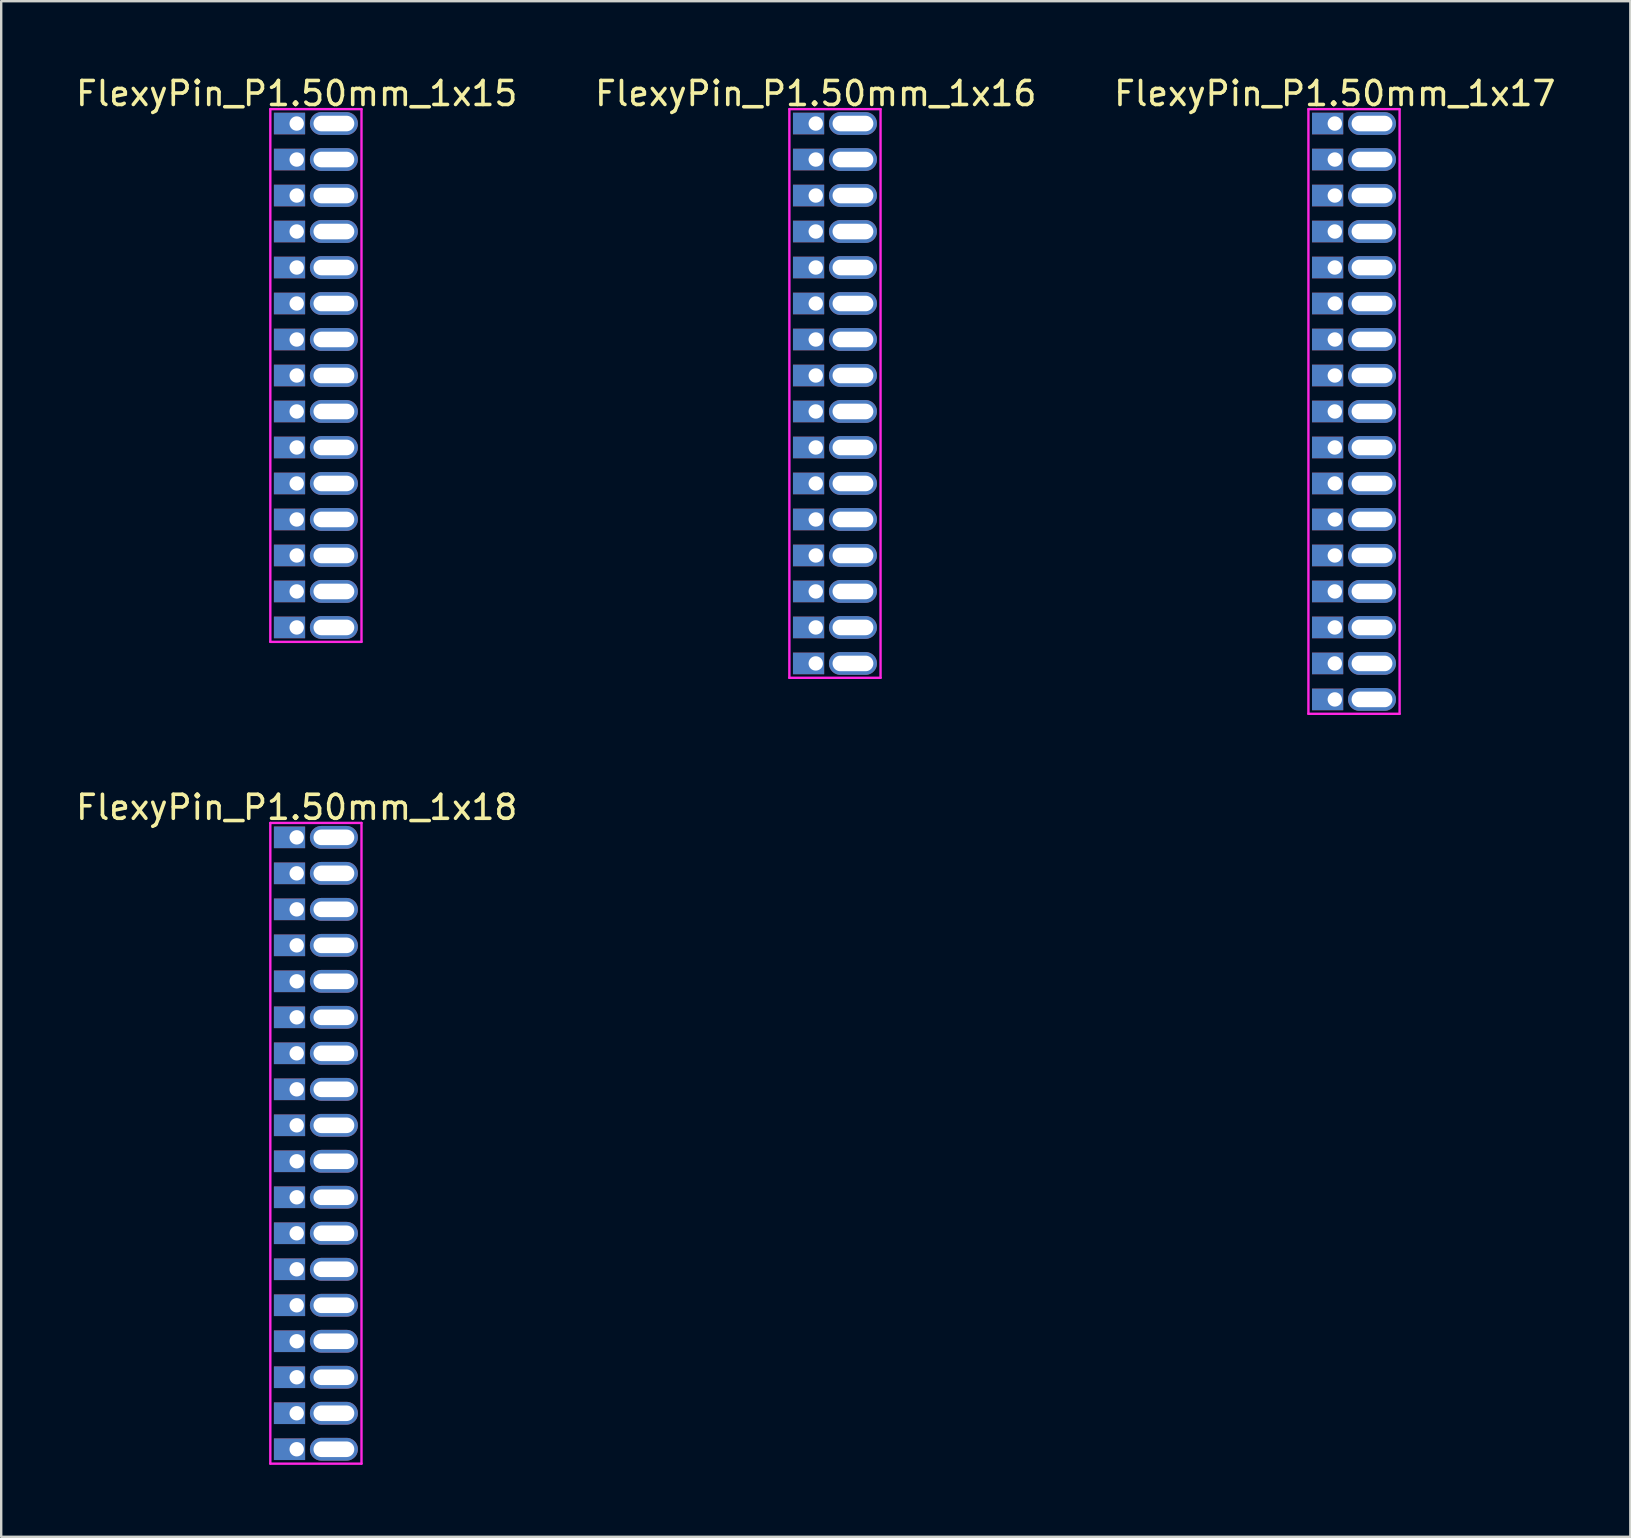
<source format=kicad_pcb>
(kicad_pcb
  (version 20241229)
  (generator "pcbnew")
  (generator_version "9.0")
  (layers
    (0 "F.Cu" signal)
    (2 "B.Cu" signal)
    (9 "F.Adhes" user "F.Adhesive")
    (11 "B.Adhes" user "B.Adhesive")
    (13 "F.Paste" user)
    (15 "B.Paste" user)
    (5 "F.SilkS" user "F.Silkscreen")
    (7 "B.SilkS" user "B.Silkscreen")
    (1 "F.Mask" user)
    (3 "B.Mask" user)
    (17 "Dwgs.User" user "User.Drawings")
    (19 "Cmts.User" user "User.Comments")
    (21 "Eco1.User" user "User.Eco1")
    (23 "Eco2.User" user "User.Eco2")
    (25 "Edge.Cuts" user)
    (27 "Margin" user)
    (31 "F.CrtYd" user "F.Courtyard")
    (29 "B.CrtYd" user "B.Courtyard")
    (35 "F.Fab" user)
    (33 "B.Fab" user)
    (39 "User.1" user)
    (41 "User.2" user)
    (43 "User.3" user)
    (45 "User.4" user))
  (footprint "FlexyPin_P1.50mm_1x17"
    (layer "F.Cu")
    (at 52.577 2.098)
    (property "Reference" "FlexyPin_P1.50mm_1x17" (at 0 -1.25 0) (layer "F.SilkS") (effects (font (size 1 1) (thickness 0.15))))
    (attr through_hole)
    (fp_line (start -1.1 -0.6) (end 2.7 -0.6) (stroke (width 0.1) (type solid)) (layer "F.CrtYd"))
    (fp_line (start -1.1 24.6) (end -1.1 -0.6) (stroke (width 0.1) (type solid)) (layer "F.CrtYd"))
    (fp_line (start 2.7 -0.6) (end 2.7 24.6) (stroke (width 0.1) (type solid)) (layer "F.CrtYd"))
    (fp_line (start 2.7 24.6) (end -1.1 24.6) (stroke (width 0.1) (type solid)) (layer "F.CrtYd"))
    (pad "" thru_hole oval (at 1.55 0) (size 2 0.95) (drill oval 1.7 0.65) (layers "*.Cu" "*.Mask"))
    (pad "" thru_hole oval (at 1.55 1.5) (size 2 0.95) (drill oval 1.7 0.65) (layers "*.Cu" "*.Mask"))
    (pad "" thru_hole oval (at 1.55 3) (size 2 0.95) (drill oval 1.7 0.65) (layers "*.Cu" "*.Mask"))
    (pad "" thru_hole oval (at 1.55 4.5) (size 2 0.95) (drill oval 1.7 0.65) (layers "*.Cu" "*.Mask"))
    (pad "" thru_hole oval (at 1.55 6) (size 2 0.95) (drill oval 1.7 0.65) (layers "*.Cu" "*.Mask"))
    (pad "" thru_hole oval (at 1.55 7.5) (size 2 0.95) (drill oval 1.7 0.65) (layers "*.Cu" "*.Mask"))
    (pad "" thru_hole oval (at 1.55 9) (size 2 0.95) (drill oval 1.7 0.65) (layers "*.Cu" "*.Mask"))
    (pad "" thru_hole oval (at 1.55 10.5) (size 2 0.95) (drill oval 1.7 0.65) (layers "*.Cu" "*.Mask"))
    (pad "" thru_hole oval (at 1.55 12) (size 2 0.95) (drill oval 1.7 0.65) (layers "*.Cu" "*.Mask"))
    (pad "" thru_hole oval (at 1.55 13.5) (size 2 0.95) (drill oval 1.7 0.65) (layers "*.Cu" "*.Mask"))
    (pad "" thru_hole oval (at 1.55 15) (size 2 0.95) (drill oval 1.7 0.65) (layers "*.Cu" "*.Mask"))
    (pad "" thru_hole oval (at 1.55 16.5) (size 2 0.95) (drill oval 1.7 0.65) (layers "*.Cu" "*.Mask"))
    (pad "" thru_hole oval (at 1.55 18) (size 2 0.95) (drill oval 1.7 0.65) (layers "*.Cu" "*.Mask"))
    (pad "" thru_hole oval (at 1.55 19.5) (size 2 0.95) (drill oval 1.7 0.65) (layers "*.Cu" "*.Mask"))
    (pad "" thru_hole oval (at 1.55 21) (size 2 0.95) (drill oval 1.7 0.65) (layers "*.Cu" "*.Mask"))
    (pad "" thru_hole oval (at 1.55 22.5) (size 2 0.95) (drill oval 1.7 0.65) (layers "*.Cu" "*.Mask"))
    (pad "" thru_hole oval (at 1.55 24) (size 2 0.95) (drill oval 1.7 0.65) (layers "*.Cu" "*.Mask"))
    (pad "1" thru_hole rect (at 0 0) (size 1.3 0.9) (drill 0.6 (offset -0.3 0)) (layers "*.Cu" "*.Mask"))
    (pad "2" thru_hole rect (at 0 1.5) (size 1.3 0.9) (drill 0.6 (offset -0.3 0)) (layers "*.Cu" "*.Mask"))
    (pad "3" thru_hole rect (at 0 3) (size 1.3 0.9) (drill 0.6 (offset -0.3 0)) (layers "*.Cu" "*.Mask"))
    (pad "4" thru_hole rect (at 0 4.5) (size 1.3 0.9) (drill 0.6 (offset -0.3 0)) (layers "*.Cu" "*.Mask"))
    (pad "5" thru_hole rect (at 0 6) (size 1.3 0.9) (drill 0.6 (offset -0.3 0)) (layers "*.Cu" "*.Mask"))
    (pad "6" thru_hole rect (at 0 7.5) (size 1.3 0.9) (drill 0.6 (offset -0.3 0)) (layers "*.Cu" "*.Mask"))
    (pad "7" thru_hole rect (at 0 9) (size 1.3 0.9) (drill 0.6 (offset -0.3 0)) (layers "*.Cu" "*.Mask"))
    (pad "8" thru_hole rect (at 0 10.5) (size 1.3 0.9) (drill 0.6 (offset -0.3 0)) (layers "*.Cu" "*.Mask"))
    (pad "9" thru_hole rect (at 0 12) (size 1.3 0.9) (drill 0.6 (offset -0.3 0)) (layers "*.Cu" "*.Mask"))
    (pad "10" thru_hole rect (at 0 13.5) (size 1.3 0.9) (drill 0.6 (offset -0.3 0)) (layers "*.Cu" "*.Mask"))
    (pad "11" thru_hole rect (at 0 15) (size 1.3 0.9) (drill 0.6 (offset -0.3 0)) (layers "*.Cu" "*.Mask"))
    (pad "12" thru_hole rect (at 0 16.5) (size 1.3 0.9) (drill 0.6 (offset -0.3 0)) (layers "*.Cu" "*.Mask"))
    (pad "13" thru_hole rect (at 0 18) (size 1.3 0.9) (drill 0.6 (offset -0.3 0)) (layers "*.Cu" "*.Mask"))
    (pad "14" thru_hole rect (at 0 19.5) (size 1.3 0.9) (drill 0.6 (offset -0.3 0)) (layers "*.Cu" "*.Mask"))
    (pad "15" thru_hole rect (at 0 21) (size 1.3 0.9) (drill 0.6 (offset -0.3 0)) (layers "*.Cu" "*.Mask"))
    (pad "16" thru_hole rect (at 0 22.5) (size 1.3 0.9) (drill 0.6 (offset -0.3 0)) (layers "*.Cu" "*.Mask"))
    (pad "17" thru_hole rect (at 0 24) (size 1.3 0.9) (drill 0.6 (offset -0.3 0)) (layers "*.Cu" "*.Mask")))
  (footprint "FlexyPin_P1.50mm_1x16"
    (layer "F.Cu")
    (at 30.946 2.098)
    (property "Reference" "FlexyPin_P1.50mm_1x16" (at 0 -1.25 0) (layer "F.SilkS") (effects (font (size 1 1) (thickness 0.15))))
    (attr through_hole)
    (fp_line (start -1.1 -0.6) (end 2.7 -0.6) (stroke (width 0.1) (type solid)) (layer "F.CrtYd"))
    (fp_line (start -1.1 23.1) (end -1.1 -0.6) (stroke (width 0.1) (type solid)) (layer "F.CrtYd"))
    (fp_line (start 2.7 -0.6) (end 2.7 23.1) (stroke (width 0.1) (type solid)) (layer "F.CrtYd"))
    (fp_line (start 2.7 23.1) (end -1.1 23.1) (stroke (width 0.1) (type solid)) (layer "F.CrtYd"))
    (pad "" thru_hole oval (at 1.55 0) (size 2 0.95) (drill oval 1.7 0.65) (layers "*.Cu" "*.Mask"))
    (pad "" thru_hole oval (at 1.55 1.5) (size 2 0.95) (drill oval 1.7 0.65) (layers "*.Cu" "*.Mask"))
    (pad "" thru_hole oval (at 1.55 3) (size 2 0.95) (drill oval 1.7 0.65) (layers "*.Cu" "*.Mask"))
    (pad "" thru_hole oval (at 1.55 4.5) (size 2 0.95) (drill oval 1.7 0.65) (layers "*.Cu" "*.Mask"))
    (pad "" thru_hole oval (at 1.55 6) (size 2 0.95) (drill oval 1.7 0.65) (layers "*.Cu" "*.Mask"))
    (pad "" thru_hole oval (at 1.55 7.5) (size 2 0.95) (drill oval 1.7 0.65) (layers "*.Cu" "*.Mask"))
    (pad "" thru_hole oval (at 1.55 9) (size 2 0.95) (drill oval 1.7 0.65) (layers "*.Cu" "*.Mask"))
    (pad "" thru_hole oval (at 1.55 10.5) (size 2 0.95) (drill oval 1.7 0.65) (layers "*.Cu" "*.Mask"))
    (pad "" thru_hole oval (at 1.55 12) (size 2 0.95) (drill oval 1.7 0.65) (layers "*.Cu" "*.Mask"))
    (pad "" thru_hole oval (at 1.55 13.5) (size 2 0.95) (drill oval 1.7 0.65) (layers "*.Cu" "*.Mask"))
    (pad "" thru_hole oval (at 1.55 15) (size 2 0.95) (drill oval 1.7 0.65) (layers "*.Cu" "*.Mask"))
    (pad "" thru_hole oval (at 1.55 16.5) (size 2 0.95) (drill oval 1.7 0.65) (layers "*.Cu" "*.Mask"))
    (pad "" thru_hole oval (at 1.55 18) (size 2 0.95) (drill oval 1.7 0.65) (layers "*.Cu" "*.Mask"))
    (pad "" thru_hole oval (at 1.55 19.5) (size 2 0.95) (drill oval 1.7 0.65) (layers "*.Cu" "*.Mask"))
    (pad "" thru_hole oval (at 1.55 21) (size 2 0.95) (drill oval 1.7 0.65) (layers "*.Cu" "*.Mask"))
    (pad "" thru_hole oval (at 1.55 22.5) (size 2 0.95) (drill oval 1.7 0.65) (layers "*.Cu" "*.Mask"))
    (pad "1" thru_hole rect (at 0 0) (size 1.3 0.9) (drill 0.6 (offset -0.3 0)) (layers "*.Cu" "*.Mask"))
    (pad "2" thru_hole rect (at 0 1.5) (size 1.3 0.9) (drill 0.6 (offset -0.3 0)) (layers "*.Cu" "*.Mask"))
    (pad "3" thru_hole rect (at 0 3) (size 1.3 0.9) (drill 0.6 (offset -0.3 0)) (layers "*.Cu" "*.Mask"))
    (pad "4" thru_hole rect (at 0 4.5) (size 1.3 0.9) (drill 0.6 (offset -0.3 0)) (layers "*.Cu" "*.Mask"))
    (pad "5" thru_hole rect (at 0 6) (size 1.3 0.9) (drill 0.6 (offset -0.3 0)) (layers "*.Cu" "*.Mask"))
    (pad "6" thru_hole rect (at 0 7.5) (size 1.3 0.9) (drill 0.6 (offset -0.3 0)) (layers "*.Cu" "*.Mask"))
    (pad "7" thru_hole rect (at 0 9) (size 1.3 0.9) (drill 0.6 (offset -0.3 0)) (layers "*.Cu" "*.Mask"))
    (pad "8" thru_hole rect (at 0 10.5) (size 1.3 0.9) (drill 0.6 (offset -0.3 0)) (layers "*.Cu" "*.Mask"))
    (pad "9" thru_hole rect (at 0 12) (size 1.3 0.9) (drill 0.6 (offset -0.3 0)) (layers "*.Cu" "*.Mask"))
    (pad "10" thru_hole rect (at 0 13.5) (size 1.3 0.9) (drill 0.6 (offset -0.3 0)) (layers "*.Cu" "*.Mask"))
    (pad "11" thru_hole rect (at 0 15) (size 1.3 0.9) (drill 0.6 (offset -0.3 0)) (layers "*.Cu" "*.Mask"))
    (pad "12" thru_hole rect (at 0 16.5) (size 1.3 0.9) (drill 0.6 (offset -0.3 0)) (layers "*.Cu" "*.Mask"))
    (pad "13" thru_hole rect (at 0 18) (size 1.3 0.9) (drill 0.6 (offset -0.3 0)) (layers "*.Cu" "*.Mask"))
    (pad "14" thru_hole rect (at 0 19.5) (size 1.3 0.9) (drill 0.6 (offset -0.3 0)) (layers "*.Cu" "*.Mask"))
    (pad "15" thru_hole rect (at 0 21) (size 1.3 0.9) (drill 0.6 (offset -0.3 0)) (layers "*.Cu" "*.Mask"))
    (pad "16" thru_hole rect (at 0 22.5) (size 1.3 0.9) (drill 0.6 (offset -0.3 0)) (layers "*.Cu" "*.Mask")))
  (footprint "FlexyPin_P1.50mm_1x15"
    (layer "F.Cu")
    (at 9.315 2.098)
    (property "Reference" "FlexyPin_P1.50mm_1x15" (at 0 -1.25 0) (layer "F.SilkS") (effects (font (size 1 1) (thickness 0.15))))
    (attr through_hole)
    (fp_line (start -1.1 -0.6) (end 2.7 -0.6) (stroke (width 0.1) (type solid)) (layer "F.CrtYd"))
    (fp_line (start -1.1 21.6) (end -1.1 -0.6) (stroke (width 0.1) (type solid)) (layer "F.CrtYd"))
    (fp_line (start 2.7 -0.6) (end 2.7 21.6) (stroke (width 0.1) (type solid)) (layer "F.CrtYd"))
    (fp_line (start 2.7 21.6) (end -1.1 21.6) (stroke (width 0.1) (type solid)) (layer "F.CrtYd"))
    (pad "" thru_hole oval (at 1.55 0) (size 2 0.95) (drill oval 1.7 0.65) (layers "*.Cu" "*.Mask"))
    (pad "" thru_hole oval (at 1.55 1.5) (size 2 0.95) (drill oval 1.7 0.65) (layers "*.Cu" "*.Mask"))
    (pad "" thru_hole oval (at 1.55 3) (size 2 0.95) (drill oval 1.7 0.65) (layers "*.Cu" "*.Mask"))
    (pad "" thru_hole oval (at 1.55 4.5) (size 2 0.95) (drill oval 1.7 0.65) (layers "*.Cu" "*.Mask"))
    (pad "" thru_hole oval (at 1.55 6) (size 2 0.95) (drill oval 1.7 0.65) (layers "*.Cu" "*.Mask"))
    (pad "" thru_hole oval (at 1.55 7.5) (size 2 0.95) (drill oval 1.7 0.65) (layers "*.Cu" "*.Mask"))
    (pad "" thru_hole oval (at 1.55 9) (size 2 0.95) (drill oval 1.7 0.65) (layers "*.Cu" "*.Mask"))
    (pad "" thru_hole oval (at 1.55 10.5) (size 2 0.95) (drill oval 1.7 0.65) (layers "*.Cu" "*.Mask"))
    (pad "" thru_hole oval (at 1.55 12) (size 2 0.95) (drill oval 1.7 0.65) (layers "*.Cu" "*.Mask"))
    (pad "" thru_hole oval (at 1.55 13.5) (size 2 0.95) (drill oval 1.7 0.65) (layers "*.Cu" "*.Mask"))
    (pad "" thru_hole oval (at 1.55 15) (size 2 0.95) (drill oval 1.7 0.65) (layers "*.Cu" "*.Mask"))
    (pad "" thru_hole oval (at 1.55 16.5) (size 2 0.95) (drill oval 1.7 0.65) (layers "*.Cu" "*.Mask"))
    (pad "" thru_hole oval (at 1.55 18) (size 2 0.95) (drill oval 1.7 0.65) (layers "*.Cu" "*.Mask"))
    (pad "" thru_hole oval (at 1.55 19.5) (size 2 0.95) (drill oval 1.7 0.65) (layers "*.Cu" "*.Mask"))
    (pad "" thru_hole oval (at 1.55 21) (size 2 0.95) (drill oval 1.7 0.65) (layers "*.Cu" "*.Mask"))
    (pad "1" thru_hole rect (at 0 0) (size 1.3 0.9) (drill 0.6 (offset -0.3 0)) (layers "*.Cu" "*.Mask"))
    (pad "2" thru_hole rect (at 0 1.5) (size 1.3 0.9) (drill 0.6 (offset -0.3 0)) (layers "*.Cu" "*.Mask"))
    (pad "3" thru_hole rect (at 0 3) (size 1.3 0.9) (drill 0.6 (offset -0.3 0)) (layers "*.Cu" "*.Mask"))
    (pad "4" thru_hole rect (at 0 4.5) (size 1.3 0.9) (drill 0.6 (offset -0.3 0)) (layers "*.Cu" "*.Mask"))
    (pad "5" thru_hole rect (at 0 6) (size 1.3 0.9) (drill 0.6 (offset -0.3 0)) (layers "*.Cu" "*.Mask"))
    (pad "6" thru_hole rect (at 0 7.5) (size 1.3 0.9) (drill 0.6 (offset -0.3 0)) (layers "*.Cu" "*.Mask"))
    (pad "7" thru_hole rect (at 0 9) (size 1.3 0.9) (drill 0.6 (offset -0.3 0)) (layers "*.Cu" "*.Mask"))
    (pad "8" thru_hole rect (at 0 10.5) (size 1.3 0.9) (drill 0.6 (offset -0.3 0)) (layers "*.Cu" "*.Mask"))
    (pad "9" thru_hole rect (at 0 12) (size 1.3 0.9) (drill 0.6 (offset -0.3 0)) (layers "*.Cu" "*.Mask"))
    (pad "10" thru_hole rect (at 0 13.5) (size 1.3 0.9) (drill 0.6 (offset -0.3 0)) (layers "*.Cu" "*.Mask"))
    (pad "11" thru_hole rect (at 0 15) (size 1.3 0.9) (drill 0.6 (offset -0.3 0)) (layers "*.Cu" "*.Mask"))
    (pad "12" thru_hole rect (at 0 16.5) (size 1.3 0.9) (drill 0.6 (offset -0.3 0)) (layers "*.Cu" "*.Mask"))
    (pad "13" thru_hole rect (at 0 18) (size 1.3 0.9) (drill 0.6 (offset -0.3 0)) (layers "*.Cu" "*.Mask"))
    (pad "14" thru_hole rect (at 0 19.5) (size 1.3 0.9) (drill 0.6 (offset -0.3 0)) (layers "*.Cu" "*.Mask"))
    (pad "15" thru_hole rect (at 0 21) (size 1.3 0.9) (drill 0.6 (offset -0.3 0)) (layers "*.Cu" "*.Mask")))
  (footprint "FlexyPin_P1.50mm_1x18"
    (layer "F.Cu")
    (at 9.315 31.846)
    (property "Reference" "FlexyPin_P1.50mm_1x18" (at 0 -1.25 0) (layer "F.SilkS") (effects (font (size 1 1) (thickness 0.15))))
    (attr through_hole)
    (fp_line (start -1.1 -0.6) (end 2.7 -0.6) (stroke (width 0.1) (type solid)) (layer "F.CrtYd"))
    (fp_line (start -1.1 26.1) (end -1.1 -0.6) (stroke (width 0.1) (type solid)) (layer "F.CrtYd"))
    (fp_line (start 2.7 -0.6) (end 2.7 26.1) (stroke (width 0.1) (type solid)) (layer "F.CrtYd"))
    (fp_line (start 2.7 26.1) (end -1.1 26.1) (stroke (width 0.1) (type solid)) (layer "F.CrtYd"))
    (pad "" thru_hole oval (at 1.55 0) (size 2 0.95) (drill oval 1.7 0.65) (layers "*.Cu" "*.Mask"))
    (pad "" thru_hole oval (at 1.55 1.5) (size 2 0.95) (drill oval 1.7 0.65) (layers "*.Cu" "*.Mask"))
    (pad "" thru_hole oval (at 1.55 3) (size 2 0.95) (drill oval 1.7 0.65) (layers "*.Cu" "*.Mask"))
    (pad "" thru_hole oval (at 1.55 4.5) (size 2 0.95) (drill oval 1.7 0.65) (layers "*.Cu" "*.Mask"))
    (pad "" thru_hole oval (at 1.55 6) (size 2 0.95) (drill oval 1.7 0.65) (layers "*.Cu" "*.Mask"))
    (pad "" thru_hole oval (at 1.55 7.5) (size 2 0.95) (drill oval 1.7 0.65) (layers "*.Cu" "*.Mask"))
    (pad "" thru_hole oval (at 1.55 9) (size 2 0.95) (drill oval 1.7 0.65) (layers "*.Cu" "*.Mask"))
    (pad "" thru_hole oval (at 1.55 10.5) (size 2 0.95) (drill oval 1.7 0.65) (layers "*.Cu" "*.Mask"))
    (pad "" thru_hole oval (at 1.55 12) (size 2 0.95) (drill oval 1.7 0.65) (layers "*.Cu" "*.Mask"))
    (pad "" thru_hole oval (at 1.55 13.5) (size 2 0.95) (drill oval 1.7 0.65) (layers "*.Cu" "*.Mask"))
    (pad "" thru_hole oval (at 1.55 15) (size 2 0.95) (drill oval 1.7 0.65) (layers "*.Cu" "*.Mask"))
    (pad "" thru_hole oval (at 1.55 16.5) (size 2 0.95) (drill oval 1.7 0.65) (layers "*.Cu" "*.Mask"))
    (pad "" thru_hole oval (at 1.55 18) (size 2 0.95) (drill oval 1.7 0.65) (layers "*.Cu" "*.Mask"))
    (pad "" thru_hole oval (at 1.55 19.5) (size 2 0.95) (drill oval 1.7 0.65) (layers "*.Cu" "*.Mask"))
    (pad "" thru_hole oval (at 1.55 21) (size 2 0.95) (drill oval 1.7 0.65) (layers "*.Cu" "*.Mask"))
    (pad "" thru_hole oval (at 1.55 22.5) (size 2 0.95) (drill oval 1.7 0.65) (layers "*.Cu" "*.Mask"))
    (pad "" thru_hole oval (at 1.55 24) (size 2 0.95) (drill oval 1.7 0.65) (layers "*.Cu" "*.Mask"))
    (pad "" thru_hole oval (at 1.55 25.5) (size 2 0.95) (drill oval 1.7 0.65) (layers "*.Cu" "*.Mask"))
    (pad "1" thru_hole rect (at 0 0) (size 1.3 0.9) (drill 0.6 (offset -0.3 0)) (layers "*.Cu" "*.Mask"))
    (pad "2" thru_hole rect (at 0 1.5) (size 1.3 0.9) (drill 0.6 (offset -0.3 0)) (layers "*.Cu" "*.Mask"))
    (pad "3" thru_hole rect (at 0 3) (size 1.3 0.9) (drill 0.6 (offset -0.3 0)) (layers "*.Cu" "*.Mask"))
    (pad "4" thru_hole rect (at 0 4.5) (size 1.3 0.9) (drill 0.6 (offset -0.3 0)) (layers "*.Cu" "*.Mask"))
    (pad "5" thru_hole rect (at 0 6) (size 1.3 0.9) (drill 0.6 (offset -0.3 0)) (layers "*.Cu" "*.Mask"))
    (pad "6" thru_hole rect (at 0 7.5) (size 1.3 0.9) (drill 0.6 (offset -0.3 0)) (layers "*.Cu" "*.Mask"))
    (pad "7" thru_hole rect (at 0 9) (size 1.3 0.9) (drill 0.6 (offset -0.3 0)) (layers "*.Cu" "*.Mask"))
    (pad "8" thru_hole rect (at 0 10.5) (size 1.3 0.9) (drill 0.6 (offset -0.3 0)) (layers "*.Cu" "*.Mask"))
    (pad "9" thru_hole rect (at 0 12) (size 1.3 0.9) (drill 0.6 (offset -0.3 0)) (layers "*.Cu" "*.Mask"))
    (pad "10" thru_hole rect (at 0 13.5) (size 1.3 0.9) (drill 0.6 (offset -0.3 0)) (layers "*.Cu" "*.Mask"))
    (pad "11" thru_hole rect (at 0 15) (size 1.3 0.9) (drill 0.6 (offset -0.3 0)) (layers "*.Cu" "*.Mask"))
    (pad "12" thru_hole rect (at 0 16.5) (size 1.3 0.9) (drill 0.6 (offset -0.3 0)) (layers "*.Cu" "*.Mask"))
    (pad "13" thru_hole rect (at 0 18) (size 1.3 0.9) (drill 0.6 (offset -0.3 0)) (layers "*.Cu" "*.Mask"))
    (pad "14" thru_hole rect (at 0 19.5) (size 1.3 0.9) (drill 0.6 (offset -0.3 0)) (layers "*.Cu" "*.Mask"))
    (pad "15" thru_hole rect (at 0 21) (size 1.3 0.9) (drill 0.6 (offset -0.3 0)) (layers "*.Cu" "*.Mask"))
    (pad "16" thru_hole rect (at 0 22.5) (size 1.3 0.9) (drill 0.6 (offset -0.3 0)) (layers "*.Cu" "*.Mask"))
    (pad "17" thru_hole rect (at 0 24) (size 1.3 0.9) (drill 0.6 (offset -0.3 0)) (layers "*.Cu" "*.Mask"))
    (pad "18" thru_hole rect (at 0 25.5) (size 1.3 0.9) (drill 0.6 (offset -0.3 0)) (layers "*.Cu" "*.Mask")))
  (gr_rect
    (start -3 -3)
    (end 64.893 60.996)
    (stroke (width 0.1) (type default))
    (fill no)
    (layer "Edge.Cuts")))
</source>
